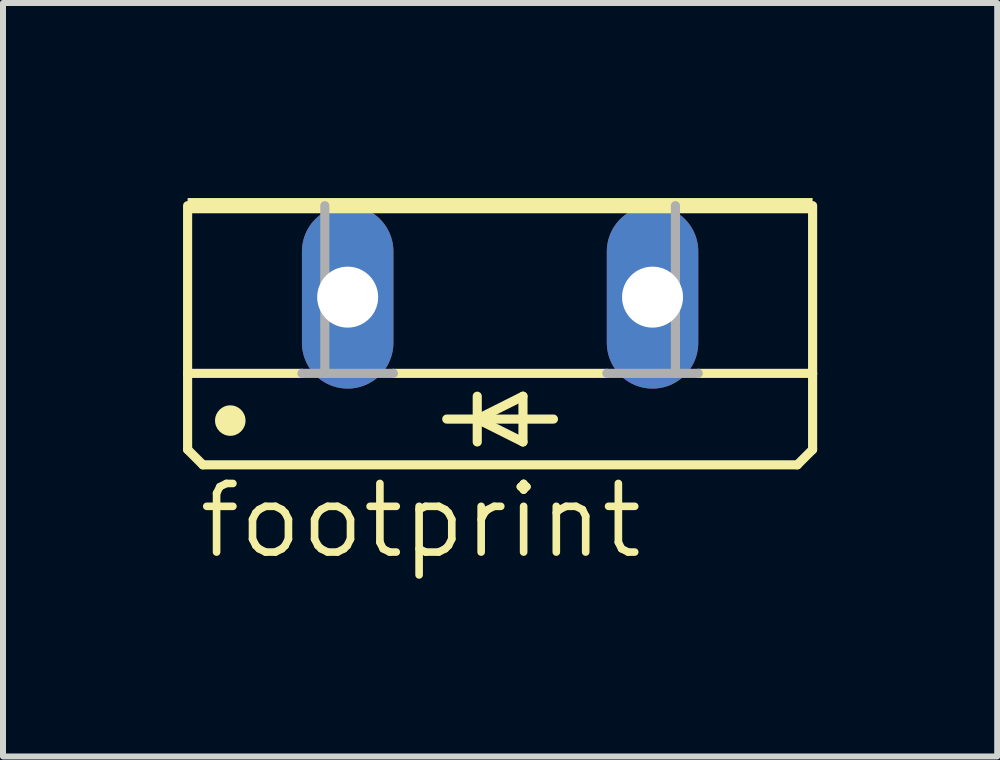
<source format=kicad_pcb>
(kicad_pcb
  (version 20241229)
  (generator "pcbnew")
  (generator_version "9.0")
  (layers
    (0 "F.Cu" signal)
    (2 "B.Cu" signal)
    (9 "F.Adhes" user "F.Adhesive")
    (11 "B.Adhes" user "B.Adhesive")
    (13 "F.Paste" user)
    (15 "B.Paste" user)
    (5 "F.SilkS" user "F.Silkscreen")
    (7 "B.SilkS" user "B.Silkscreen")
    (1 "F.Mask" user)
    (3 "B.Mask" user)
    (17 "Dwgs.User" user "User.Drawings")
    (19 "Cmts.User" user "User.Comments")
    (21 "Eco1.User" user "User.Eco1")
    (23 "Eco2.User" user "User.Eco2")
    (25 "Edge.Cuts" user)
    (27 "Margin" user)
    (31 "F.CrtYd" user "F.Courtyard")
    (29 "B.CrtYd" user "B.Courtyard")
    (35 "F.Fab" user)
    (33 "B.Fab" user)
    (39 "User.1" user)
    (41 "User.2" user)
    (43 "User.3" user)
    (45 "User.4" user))
  (footprint "footprint"
    (layer "F.Cu")
    (at 5.283 0.25)
    (property "Reference" "footprint" (at -5.08 6.045 0) (layer "F.SilkS") (effects (font (size 1.143 1.143) (thickness 0.127)) (justify left bottom)))
    (fp_line (start -5.207 2.921) (end -5.207 0.127) (stroke (width 0.152) (type solid)) (layer "F.SilkS"))
    (fp_line (start -5.207 2.921) (end -3.302 2.921) (stroke (width 0.152) (type solid)) (layer "F.SilkS"))
    (fp_line (start -5.207 4.191) (end -5.207 2.921) (stroke (width 0.152) (type solid)) (layer "F.SilkS"))
    (fp_line (start -5.207 4.191) (end -4.953 4.445) (stroke (width 0.152) (type solid)) (layer "F.SilkS"))
    (fp_line (start -1.778 2.921) (end 1.778 2.921) (stroke (width 0.152) (type solid)) (layer "F.SilkS"))
    (fp_line (start -0.889 3.683) (end -0.381 3.683) (stroke (width 0.152) (type solid)) (layer "F.SilkS"))
    (fp_line (start -0.381 3.302) (end -0.381 3.683) (stroke (width 0.152) (type solid)) (layer "F.SilkS"))
    (fp_line (start -0.381 3.683) (end -0.381 4.064) (stroke (width 0.152) (type solid)) (layer "F.SilkS"))
    (fp_line (start -0.381 3.683) (end 0.381 3.302) (stroke (width 0.152) (type solid)) (layer "F.SilkS"))
    (fp_line (start -0.381 3.683) (end 0.889 3.683) (stroke (width 0.152) (type solid)) (layer "F.SilkS"))
    (fp_line (start 0.381 3.302) (end 0.381 4.064) (stroke (width 0.152) (type solid)) (layer "F.SilkS"))
    (fp_line (start 0.381 4.064) (end -0.381 3.683) (stroke (width 0.152) (type solid)) (layer "F.SilkS"))
    (fp_line (start 4.953 4.445) (end -4.953 4.445) (stroke (width 0.152) (type solid)) (layer "F.SilkS"))
    (fp_line (start 4.953 4.445) (end 5.207 4.191) (stroke (width 0.152) (type solid)) (layer "F.SilkS"))
    (fp_line (start 5.207 2.921) (end 3.302 2.921) (stroke (width 0.152) (type solid)) (layer "F.SilkS"))
    (fp_line (start 5.207 2.921) (end 5.207 0.127) (stroke (width 0.152) (type solid)) (layer "F.SilkS"))
    (fp_line (start 5.207 4.191) (end 5.207 2.921) (stroke (width 0.152) (type solid)) (layer "F.SilkS"))
    (fp_circle (center -4.496 3.708) (end -4.369 3.708) (stroke (width 0.254) (type solid)) (fill yes) (layer "F.SilkS"))
    (fp_poly (pts (xy -5.207 0.254) (xy 5.207 0.254) (xy 5.207 0) (xy -5.207 0)) (stroke (width 0) (type solid)) (fill yes) (layer "F.SilkS"))
    (fp_line (start -3.302 2.921) (end -2.921 2.921) (stroke (width 0.152) (type solid)) (layer "F.Fab"))
    (fp_line (start -2.921 2.921) (end -2.921 0.127) (stroke (width 0.152) (type solid)) (layer "F.Fab"))
    (fp_line (start -2.921 2.921) (end -1.778 2.921) (stroke (width 0.152) (type solid)) (layer "F.Fab"))
    (fp_line (start 2.921 2.921) (end 1.778 2.921) (stroke (width 0.152) (type solid)) (layer "F.Fab"))
    (fp_line (start 2.921 2.921) (end 2.921 0.127) (stroke (width 0.152) (type solid)) (layer "F.Fab"))
    (fp_line (start 3.302 2.921) (end 2.921 2.921) (stroke (width 0.152) (type solid)) (layer "F.Fab"))
    (pad "A" thru_hole oval (at 2.54 1.651 90) (size 3.048 1.524) (drill 1.016) (layers "*.Cu" "*.Mask"))
    (pad "C" thru_hole oval (at -2.54 1.651 90) (size 3.048 1.524) (drill 1.016) (layers "*.Cu" "*.Mask")))
  (gr_rect
    (start -3 -3)
    (end 13.566 9.554)
    (stroke (width 0.1) (type default))
    (fill no)
    (layer "Edge.Cuts")))
</source>
